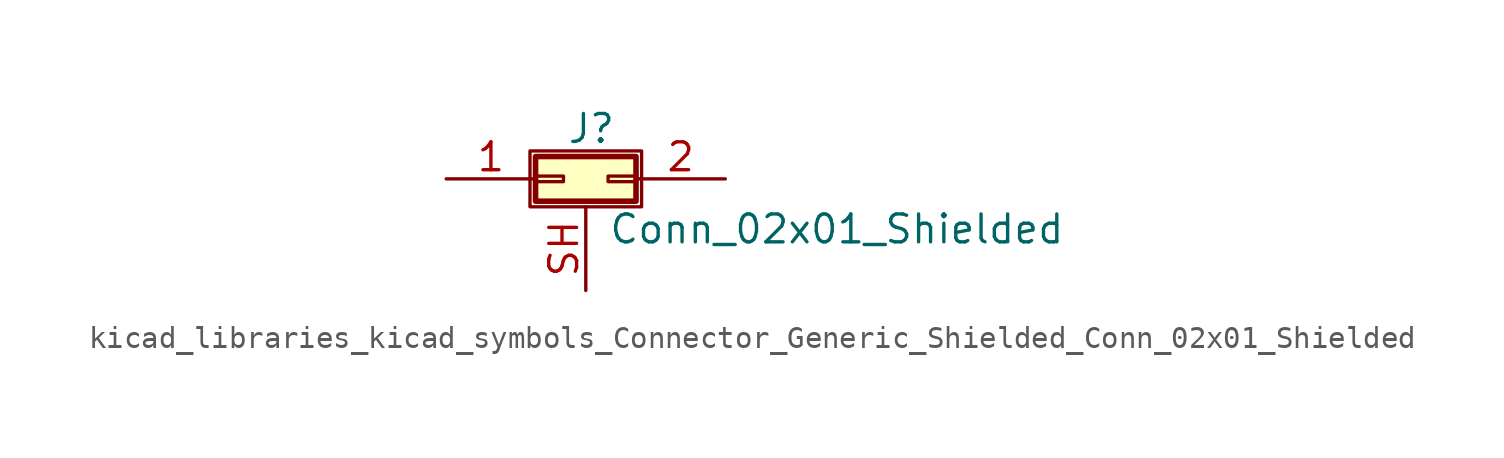
<source format=kicad_sym>
(kicad_symbol_lib
  (version 20220914)
  (generator kicad_symbol_editor)
  (symbol "kicad_libraries_kicad_symbols_Connector_Generic_Shielded_Conn_02x01_Shielded"
    (pin_names
      (offset 1.016) hide)
    (property "Reference" "J"
      (at 1.524 2.286 0)
      (effects (font (size 1.27 1.27))))
    (property "Value" "Conn_02x01_Shielded"
      (at 2.286 -2.286 0)
      (effects (font (size 1.27 1.27)) (justify left)))
    (symbol "kicad_libraries_kicad_symbols_Connector_Generic_Shielded_Conn_02x01_Shielded_1_1"
      (rectangle (start -1.27 1.27) (end 3.81 -1.27) (stroke (width 0.152) (type default)) (fill (type none)))
      (rectangle (start -1.016 0.127) (end 0.254 -0.127) (stroke (width 0.152) (type default)) (fill (type none)))
      (rectangle (start -1.016 1.016) (end 3.556 -1.016) (stroke (width 0.254) (type default)) (fill (type background)))
      (rectangle (start 3.556 0.127) (end 2.286 -0.127) (stroke (width 0.152) (type default)) (fill (type none)))
      (pin passive line (at -5.08 0 0) (length 4.064) (name "Pin_1" (effects (font (size 1.27 1.27)))) (number "1" (effects (font (size 1.27 1.27)))))
      (pin passive line (at 7.62 0 180) (length 4.064) (name "Pin_2" (effects (font (size 1.27 1.27)))) (number "2" (effects (font (size 1.27 1.27)))))
      (pin passive line (at 1.27 -5.08 90) (length 3.81) (name "Shield" (effects (font (size 1.27 1.27)))) (number "SH" (effects (font (size 1.27 1.27))))))))
</source>
